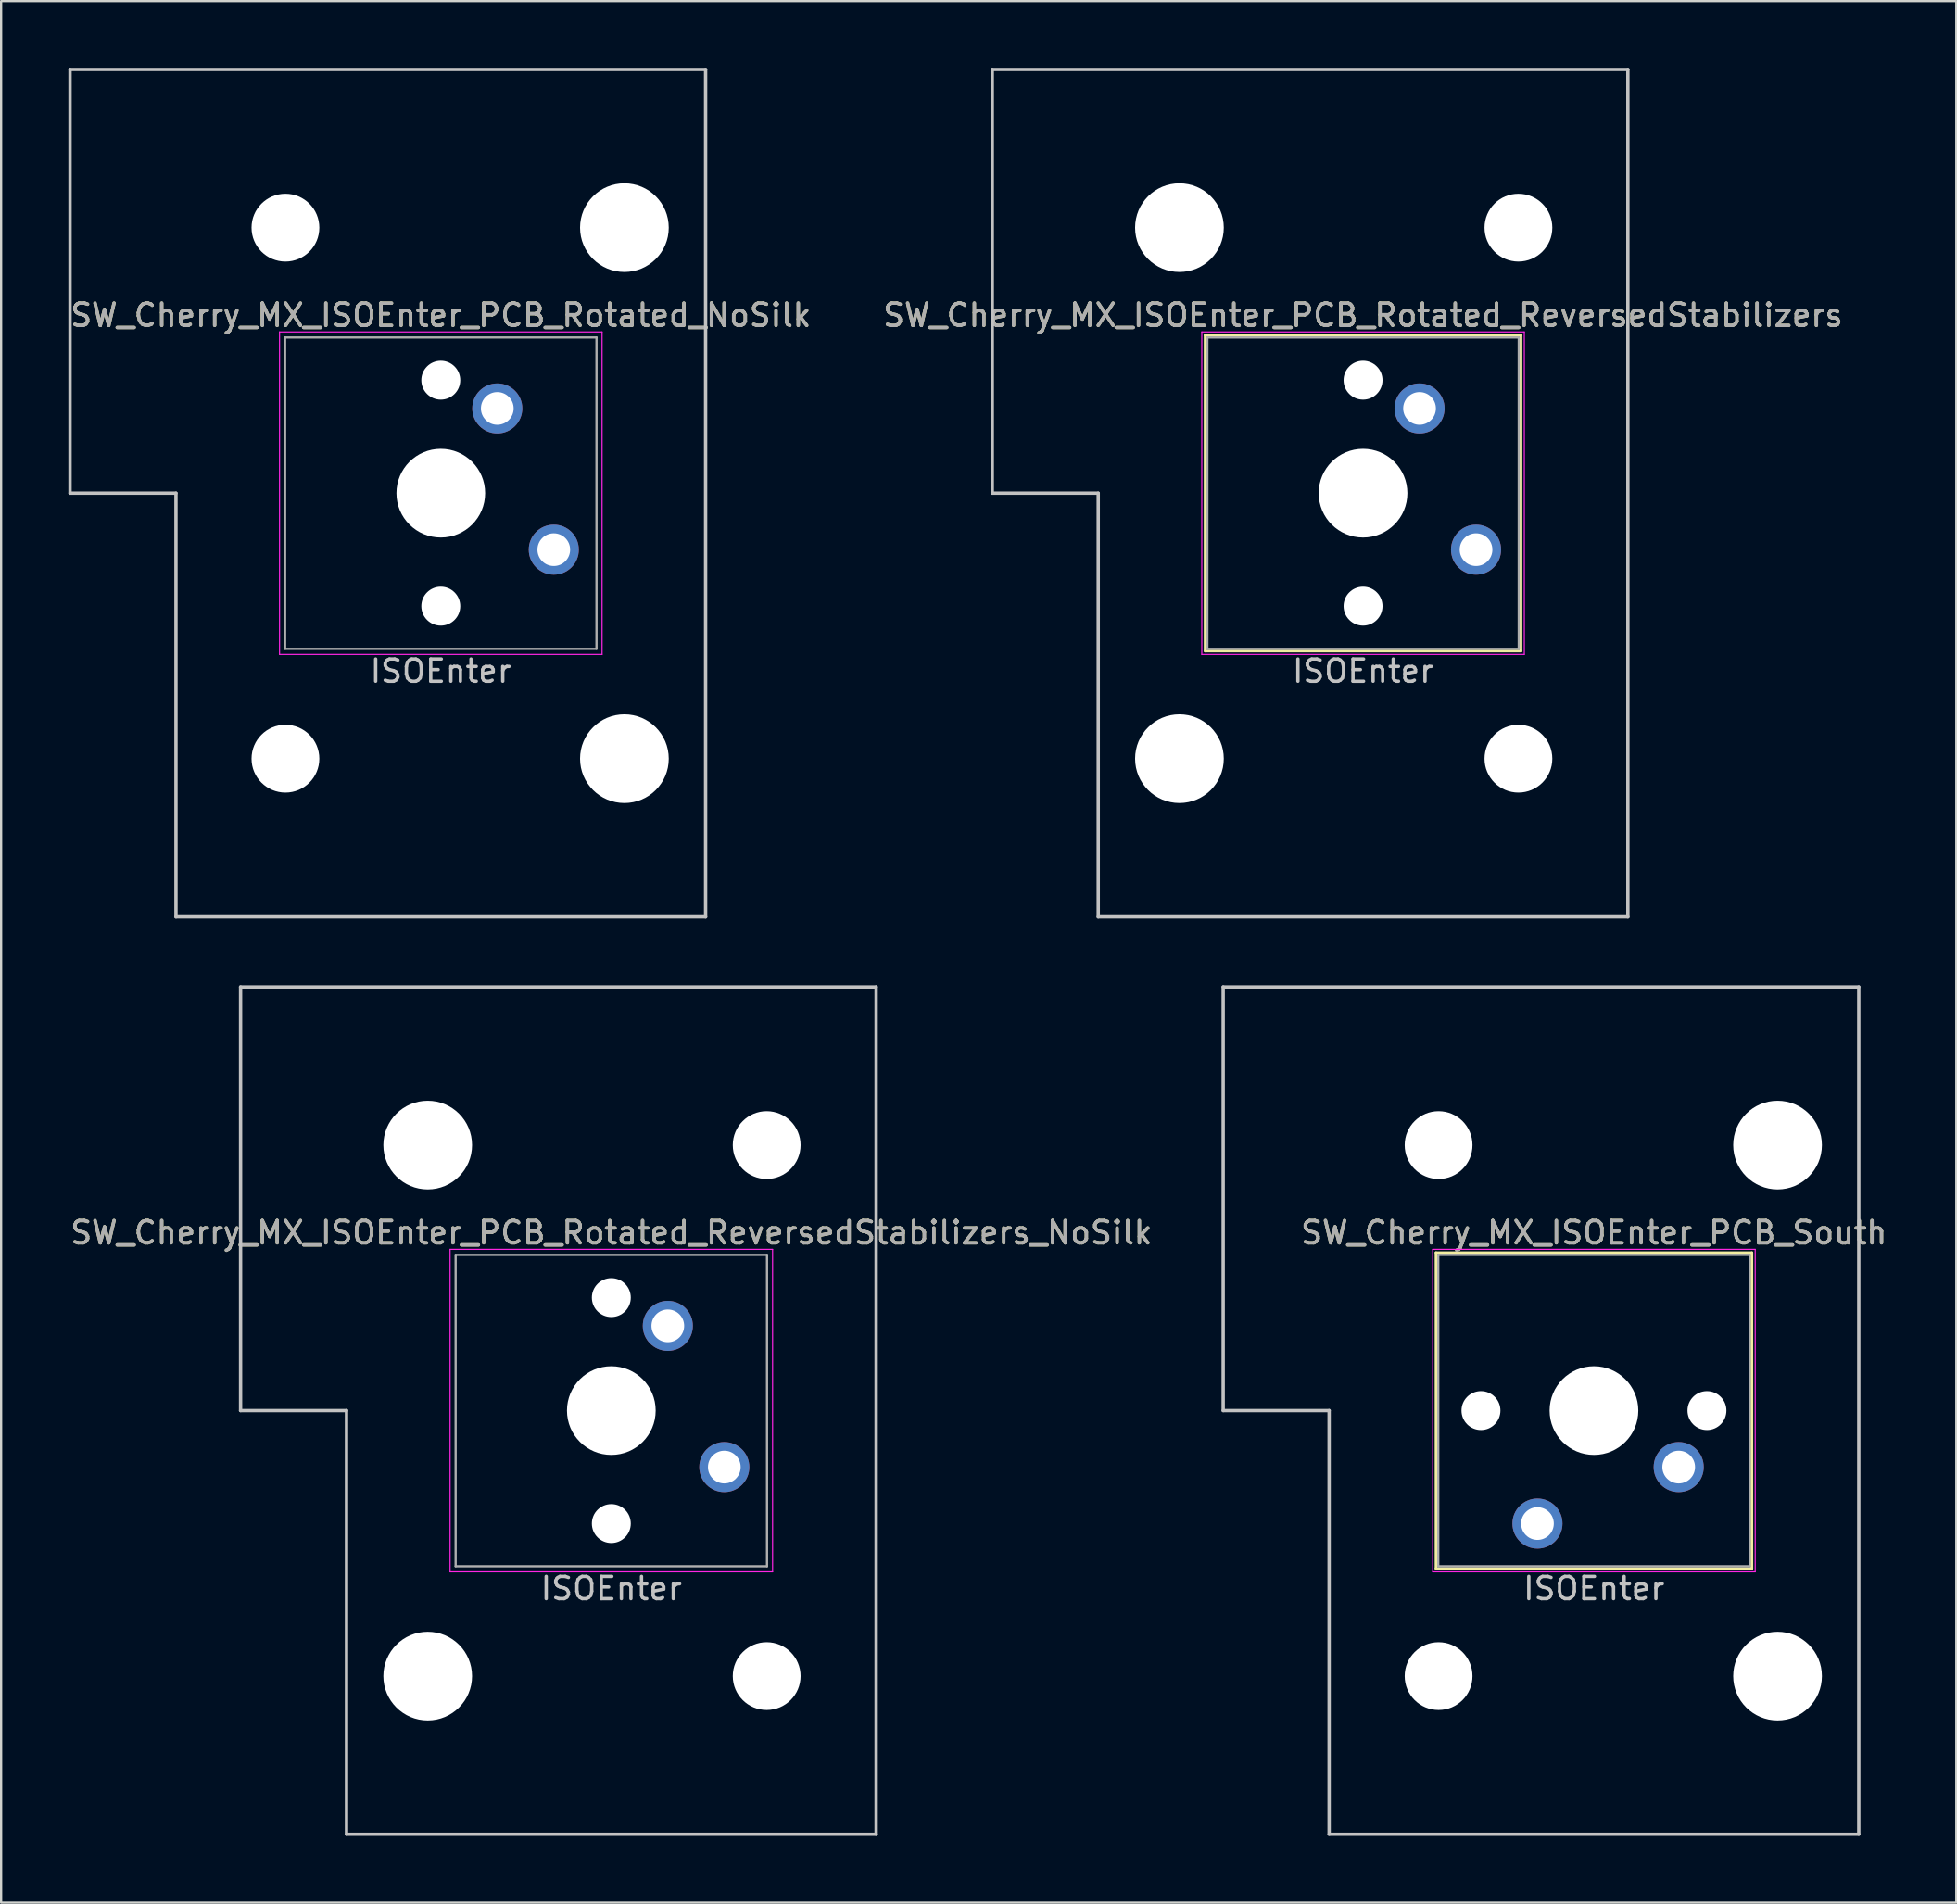
<source format=kicad_pcb>
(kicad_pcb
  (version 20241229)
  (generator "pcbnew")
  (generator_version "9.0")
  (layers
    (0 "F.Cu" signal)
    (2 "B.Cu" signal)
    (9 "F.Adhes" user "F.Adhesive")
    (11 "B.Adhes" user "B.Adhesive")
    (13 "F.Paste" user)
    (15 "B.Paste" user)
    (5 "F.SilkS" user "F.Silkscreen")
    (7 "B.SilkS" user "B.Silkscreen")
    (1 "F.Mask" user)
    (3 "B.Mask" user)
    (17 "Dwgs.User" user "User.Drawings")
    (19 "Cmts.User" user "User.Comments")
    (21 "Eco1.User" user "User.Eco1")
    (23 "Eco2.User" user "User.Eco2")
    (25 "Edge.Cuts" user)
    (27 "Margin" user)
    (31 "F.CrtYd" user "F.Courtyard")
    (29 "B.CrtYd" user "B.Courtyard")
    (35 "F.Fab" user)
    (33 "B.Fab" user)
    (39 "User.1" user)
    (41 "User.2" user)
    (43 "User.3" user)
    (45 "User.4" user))
  (footprint "SW_Cherry_MX_ISOEnter_PCB_Rotated_ReversedStabilizers_NoSilk"
    (layer "F.Cu")
    (at 24.435 60.375)
    (property "Reference" "SW_Cherry_MX_ISOEnter_PCB_Rotated_ReversedStabilizers_NoSilk" (at 0 -8 0) (layer "F.SilkS") (effects (font (size 1 1) (thickness 0.15))))
    (attr through_hole)
    (fp_line (start -16.669 -19.05) (end -16.669 0) (stroke (width 0.15) (type solid)) (layer "Dwgs.User"))
    (fp_line (start -16.669 -19.05) (end 11.906 -19.05) (stroke (width 0.15) (type solid)) (layer "Dwgs.User"))
    (fp_line (start -11.906 0) (end -16.669 0) (stroke (width 0.15) (type solid)) (layer "Dwgs.User"))
    (fp_line (start -11.906 19.05) (end -11.906 0) (stroke (width 0.15) (type solid)) (layer "Dwgs.User"))
    (fp_line (start -11.906 19.05) (end 11.906 19.05) (stroke (width 0.15) (type solid)) (layer "Dwgs.User"))
    (fp_line (start 11.906 -19.05) (end 11.906 19.05) (stroke (width 0.15) (type solid)) (layer "Dwgs.User"))
    (fp_line (start -7.25 -7.25) (end 7.25 -7.25) (stroke (width 0.05) (type solid)) (layer "F.CrtYd"))
    (fp_line (start -7.25 7.25) (end -7.25 -7.25) (stroke (width 0.05) (type solid)) (layer "F.CrtYd"))
    (fp_line (start 7.25 -7.25) (end 7.25 7.25) (stroke (width 0.05) (type solid)) (layer "F.CrtYd"))
    (fp_line (start 7.25 7.25) (end -7.25 7.25) (stroke (width 0.05) (type solid)) (layer "F.CrtYd"))
    (fp_line (start -7 -7) (end 7 -7) (stroke (width 0.1) (type solid)) (layer "F.Fab"))
    (fp_line (start -7 7) (end -7 -7) (stroke (width 0.1) (type solid)) (layer "F.Fab"))
    (fp_line (start 7 -7) (end 7 7) (stroke (width 0.1) (type solid)) (layer "F.Fab"))
    (fp_line (start 7 7) (end -7 7) (stroke (width 0.1) (type solid)) (layer "F.Fab"))
    (fp_text user "ISOEnter" (at 0 8 0) (layer "Dwgs.User") (effects (font (size 1 1) (thickness 0.15))))
    (fp_text user "${REFERENCE}" (at 0 -8 0) (layer "F.Fab") (effects (font (size 1 1) (thickness 0.15))))
    (pad "" np_thru_hole circle (at -8.255 -11.938) (size 3.988 3.988) (drill 3.988) (layers "*.Cu" "*.Mask"))
    (pad "" np_thru_hole circle (at -8.255 11.938) (size 3.988 3.988) (drill 3.988) (layers "*.Cu" "*.Mask"))
    (pad "" np_thru_hole circle (at 0 -5.08 48.1) (size 1.75 1.75) (drill 1.75) (layers "*.Cu" "*.Mask"))
    (pad "" np_thru_hole circle (at 0 0) (size 3.988 3.988) (drill 3.988) (layers "*.Cu" "*.Mask"))
    (pad "" np_thru_hole circle (at 0 5.08 48.1) (size 1.75 1.75) (drill 1.75) (layers "*.Cu" "*.Mask"))
    (pad "" np_thru_hole circle (at 6.985 -11.938) (size 3.048 3.048) (drill 3.048) (layers "*.Cu" "*.Mask"))
    (pad "" np_thru_hole circle (at 6.985 11.938) (size 3.048 3.048) (drill 3.048) (layers "*.Cu" "*.Mask"))
    (pad "1" thru_hole circle (at 2.54 -3.81) (size 2.25 2.25) (drill 1.47) (layers "*.Cu" "B.Mask"))
    (pad "2" thru_hole circle (at 5.08 2.54) (size 2.25 2.25) (drill 1.47) (layers "*.Cu" "B.Mask")))
  (footprint "SW_Cherry_MX_ISOEnter_PCB_Rotated_NoSilk"
    (layer "F.Cu")
    (at 16.768 19.125)
    (property "Reference" "SW_Cherry_MX_ISOEnter_PCB_Rotated_NoSilk" (at 0 -8 0) (layer "F.SilkS") (effects (font (size 1 1) (thickness 0.15))))
    (attr through_hole)
    (fp_line (start -16.669 -19.05) (end -16.669 0) (stroke (width 0.15) (type solid)) (layer "Dwgs.User"))
    (fp_line (start -16.669 -19.05) (end 11.906 -19.05) (stroke (width 0.15) (type solid)) (layer "Dwgs.User"))
    (fp_line (start -11.906 0) (end -16.669 0) (stroke (width 0.15) (type solid)) (layer "Dwgs.User"))
    (fp_line (start -11.906 19.05) (end -11.906 0) (stroke (width 0.15) (type solid)) (layer "Dwgs.User"))
    (fp_line (start -11.906 19.05) (end 11.906 19.05) (stroke (width 0.15) (type solid)) (layer "Dwgs.User"))
    (fp_line (start 11.906 -19.05) (end 11.906 19.05) (stroke (width 0.15) (type solid)) (layer "Dwgs.User"))
    (fp_line (start -7.25 -7.25) (end 7.25 -7.25) (stroke (width 0.05) (type solid)) (layer "F.CrtYd"))
    (fp_line (start -7.25 7.25) (end -7.25 -7.25) (stroke (width 0.05) (type solid)) (layer "F.CrtYd"))
    (fp_line (start 7.25 -7.25) (end 7.25 7.25) (stroke (width 0.05) (type solid)) (layer "F.CrtYd"))
    (fp_line (start 7.25 7.25) (end -7.25 7.25) (stroke (width 0.05) (type solid)) (layer "F.CrtYd"))
    (fp_line (start -7 -7) (end 7 -7) (stroke (width 0.1) (type solid)) (layer "F.Fab"))
    (fp_line (start -7 7) (end -7 -7) (stroke (width 0.1) (type solid)) (layer "F.Fab"))
    (fp_line (start 7 -7) (end 7 7) (stroke (width 0.1) (type solid)) (layer "F.Fab"))
    (fp_line (start 7 7) (end -7 7) (stroke (width 0.1) (type solid)) (layer "F.Fab"))
    (fp_text user "ISOEnter" (at 0 8 0) (layer "Dwgs.User") (effects (font (size 1 1) (thickness 0.15))))
    (fp_text user "${REFERENCE}" (at 0 -8 0) (layer "F.Fab") (effects (font (size 1 1) (thickness 0.15))))
    (pad "" np_thru_hole circle (at -6.985 -11.938) (size 3.048 3.048) (drill 3.048) (layers "*.Cu" "*.Mask"))
    (pad "" np_thru_hole circle (at -6.985 11.938) (size 3.048 3.048) (drill 3.048) (layers "*.Cu" "*.Mask"))
    (pad "" np_thru_hole circle (at 0 -5.08 48.1) (size 1.75 1.75) (drill 1.75) (layers "*.Cu" "*.Mask"))
    (pad "" np_thru_hole circle (at 0 0) (size 3.988 3.988) (drill 3.988) (layers "*.Cu" "*.Mask"))
    (pad "" np_thru_hole circle (at 0 5.08 48.1) (size 1.75 1.75) (drill 1.75) (layers "*.Cu" "*.Mask"))
    (pad "" np_thru_hole circle (at 8.255 -11.938) (size 3.988 3.988) (drill 3.988) (layers "*.Cu" "*.Mask"))
    (pad "" np_thru_hole circle (at 8.255 11.938) (size 3.988 3.988) (drill 3.988) (layers "*.Cu" "*.Mask"))
    (pad "1" thru_hole circle (at 2.54 -3.81) (size 2.25 2.25) (drill 1.47) (layers "*.Cu" "B.Mask"))
    (pad "2" thru_hole circle (at 5.08 2.54) (size 2.25 2.25) (drill 1.47) (layers "*.Cu" "B.Mask")))
  (footprint "SW_Cherry_MX_ISOEnter_PCB_Rotated_ReversedStabilizers"
    (layer "F.Cu")
    (at 58.232 19.125)
    (property "Reference" "SW_Cherry_MX_ISOEnter_PCB_Rotated_ReversedStabilizers" (at 0 -8 0) (layer "F.SilkS") (effects (font (size 1 1) (thickness 0.15))))
    (attr through_hole)
    (fp_line (start -7.1 -7.1) (end 7.1 -7.1) (stroke (width 0.12) (type solid)) (layer "F.SilkS"))
    (fp_line (start -7.1 7.1) (end -7.1 -7.1) (stroke (width 0.12) (type solid)) (layer "F.SilkS"))
    (fp_line (start 7.1 -7.1) (end 7.1 7.1) (stroke (width 0.12) (type solid)) (layer "F.SilkS"))
    (fp_line (start 7.1 7.1) (end -7.1 7.1) (stroke (width 0.12) (type solid)) (layer "F.SilkS"))
    (fp_line (start -16.669 -19.05) (end -16.669 0) (stroke (width 0.15) (type solid)) (layer "Dwgs.User"))
    (fp_line (start -16.669 -19.05) (end 11.906 -19.05) (stroke (width 0.15) (type solid)) (layer "Dwgs.User"))
    (fp_line (start -11.906 0) (end -16.669 0) (stroke (width 0.15) (type solid)) (layer "Dwgs.User"))
    (fp_line (start -11.906 19.05) (end -11.906 0) (stroke (width 0.15) (type solid)) (layer "Dwgs.User"))
    (fp_line (start -11.906 19.05) (end 11.906 19.05) (stroke (width 0.15) (type solid)) (layer "Dwgs.User"))
    (fp_line (start 11.906 -19.05) (end 11.906 19.05) (stroke (width 0.15) (type solid)) (layer "Dwgs.User"))
    (fp_line (start -7.25 -7.25) (end 7.25 -7.25) (stroke (width 0.05) (type solid)) (layer "F.CrtYd"))
    (fp_line (start -7.25 7.25) (end -7.25 -7.25) (stroke (width 0.05) (type solid)) (layer "F.CrtYd"))
    (fp_line (start 7.25 -7.25) (end 7.25 7.25) (stroke (width 0.05) (type solid)) (layer "F.CrtYd"))
    (fp_line (start 7.25 7.25) (end -7.25 7.25) (stroke (width 0.05) (type solid)) (layer "F.CrtYd"))
    (fp_line (start -7 -7) (end 7 -7) (stroke (width 0.1) (type solid)) (layer "F.Fab"))
    (fp_line (start -7 7) (end -7 -7) (stroke (width 0.1) (type solid)) (layer "F.Fab"))
    (fp_line (start 7 -7) (end 7 7) (stroke (width 0.1) (type solid)) (layer "F.Fab"))
    (fp_line (start 7 7) (end -7 7) (stroke (width 0.1) (type solid)) (layer "F.Fab"))
    (fp_text user "ISOEnter" (at 0 8 0) (layer "Dwgs.User") (effects (font (size 1 1) (thickness 0.15))))
    (fp_text user "${REFERENCE}" (at 0 -8 0) (layer "F.Fab") (effects (font (size 1 1) (thickness 0.15))))
    (pad "" np_thru_hole circle (at -8.255 -11.938) (size 3.988 3.988) (drill 3.988) (layers "*.Cu" "*.Mask"))
    (pad "" np_thru_hole circle (at -8.255 11.938) (size 3.988 3.988) (drill 3.988) (layers "*.Cu" "*.Mask"))
    (pad "" np_thru_hole circle (at 0 -5.08 48.1) (size 1.75 1.75) (drill 1.75) (layers "*.Cu" "*.Mask"))
    (pad "" np_thru_hole circle (at 0 0) (size 3.988 3.988) (drill 3.988) (layers "*.Cu" "*.Mask"))
    (pad "" np_thru_hole circle (at 0 5.08 48.1) (size 1.75 1.75) (drill 1.75) (layers "*.Cu" "*.Mask"))
    (pad "" np_thru_hole circle (at 6.985 -11.938) (size 3.048 3.048) (drill 3.048) (layers "*.Cu" "*.Mask"))
    (pad "" np_thru_hole circle (at 6.985 11.938) (size 3.048 3.048) (drill 3.048) (layers "*.Cu" "*.Mask"))
    (pad "1" thru_hole circle (at 2.54 -3.81) (size 2.25 2.25) (drill 1.47) (layers "*.Cu" "B.Mask"))
    (pad "2" thru_hole circle (at 5.08 2.54) (size 2.25 2.25) (drill 1.47) (layers "*.Cu" "B.Mask")))
  (footprint "SW_Cherry_MX_ISOEnter_PCB_South"
    (layer "F.Cu")
    (at 68.613 60.375)
    (property "Reference" "SW_Cherry_MX_ISOEnter_PCB_South" (at 0 -8 0) (layer "F.SilkS") (effects (font (size 1 1) (thickness 0.15))))
    (attr through_hole)
    (fp_line (start -7.1 -7.1) (end 7.1 -7.1) (stroke (width 0.12) (type solid)) (layer "F.SilkS"))
    (fp_line (start -7.1 7.1) (end -7.1 -7.1) (stroke (width 0.12) (type solid)) (layer "F.SilkS"))
    (fp_line (start 7.1 -7.1) (end 7.1 7.1) (stroke (width 0.12) (type solid)) (layer "F.SilkS"))
    (fp_line (start 7.1 7.1) (end -7.1 7.1) (stroke (width 0.12) (type solid)) (layer "F.SilkS"))
    (fp_line (start -16.669 -19.05) (end -16.669 0) (stroke (width 0.15) (type solid)) (layer "Dwgs.User"))
    (fp_line (start -16.669 -19.05) (end 11.906 -19.05) (stroke (width 0.15) (type solid)) (layer "Dwgs.User"))
    (fp_line (start -11.906 0) (end -16.669 0) (stroke (width 0.15) (type solid)) (layer "Dwgs.User"))
    (fp_line (start -11.906 19.05) (end -11.906 0) (stroke (width 0.15) (type solid)) (layer "Dwgs.User"))
    (fp_line (start -11.906 19.05) (end 11.906 19.05) (stroke (width 0.15) (type solid)) (layer "Dwgs.User"))
    (fp_line (start 11.906 -19.05) (end 11.906 19.05) (stroke (width 0.15) (type solid)) (layer "Dwgs.User"))
    (fp_line (start -7.25 -7.25) (end 7.25 -7.25) (stroke (width 0.05) (type solid)) (layer "F.CrtYd"))
    (fp_line (start -7.25 7.25) (end -7.25 -7.25) (stroke (width 0.05) (type solid)) (layer "F.CrtYd"))
    (fp_line (start 7.25 -7.25) (end 7.25 7.25) (stroke (width 0.05) (type solid)) (layer "F.CrtYd"))
    (fp_line (start 7.25 7.25) (end -7.25 7.25) (stroke (width 0.05) (type solid)) (layer "F.CrtYd"))
    (fp_line (start -7 -7) (end 7 -7) (stroke (width 0.1) (type solid)) (layer "F.Fab"))
    (fp_line (start -7 7) (end -7 -7) (stroke (width 0.1) (type solid)) (layer "F.Fab"))
    (fp_line (start 7 -7) (end 7 7) (stroke (width 0.1) (type solid)) (layer "F.Fab"))
    (fp_line (start 7 7) (end -7 7) (stroke (width 0.1) (type solid)) (layer "F.Fab"))
    (fp_text user "ISOEnter" (at 0 8 0) (layer "Dwgs.User") (effects (font (size 1 1) (thickness 0.15))))
    (fp_text user "${REFERENCE}" (at 0 -8 0) (layer "F.Fab") (effects (font (size 1 1) (thickness 0.15))))
    (pad "" np_thru_hole circle (at -6.985 -11.938) (size 3.048 3.048) (drill 3.048) (layers "*.Cu" "*.Mask"))
    (pad "" np_thru_hole circle (at -6.985 11.938) (size 3.048 3.048) (drill 3.048) (layers "*.Cu" "*.Mask"))
    (pad "" np_thru_hole circle (at -5.08 0 228.1) (size 1.75 1.75) (drill 1.75) (layers "*.Cu" "*.Mask"))
    (pad "" np_thru_hole circle (at 0 0 180) (size 3.988 3.988) (drill 3.988) (layers "*.Cu" "*.Mask"))
    (pad "" np_thru_hole circle (at 5.08 0 228.1) (size 1.75 1.75) (drill 1.75) (layers "*.Cu" "*.Mask"))
    (pad "" np_thru_hole circle (at 8.255 -11.938) (size 3.988 3.988) (drill 3.988) (layers "*.Cu" "*.Mask"))
    (pad "" np_thru_hole circle (at 8.255 11.938) (size 3.988 3.988) (drill 3.988) (layers "*.Cu" "*.Mask"))
    (pad "1" thru_hole circle (at 3.81 2.54 180) (size 2.25 2.25) (drill 1.47) (layers "*.Cu" "B.Mask"))
    (pad "2" thru_hole circle (at -2.54 5.08 180) (size 2.25 2.25) (drill 1.47) (layers "*.Cu" "B.Mask")))
  (gr_rect
    (start -3 -3)
    (end 84.904 82.5)
    (stroke (width 0.1) (type default))
    (fill no)
    (layer "Edge.Cuts")))
</source>
